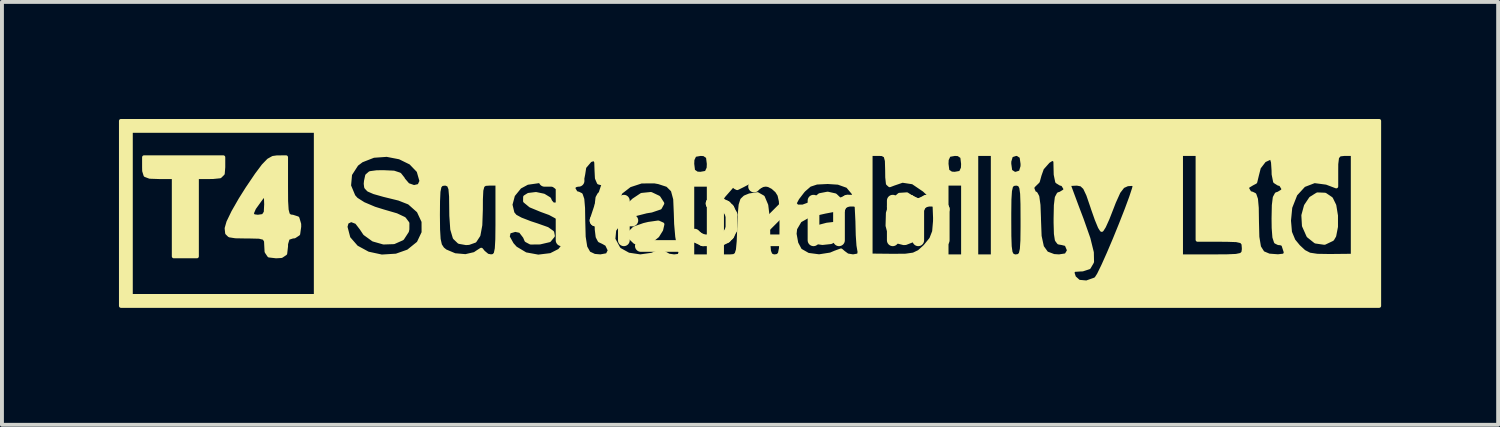
<source format=kicad_pcb>
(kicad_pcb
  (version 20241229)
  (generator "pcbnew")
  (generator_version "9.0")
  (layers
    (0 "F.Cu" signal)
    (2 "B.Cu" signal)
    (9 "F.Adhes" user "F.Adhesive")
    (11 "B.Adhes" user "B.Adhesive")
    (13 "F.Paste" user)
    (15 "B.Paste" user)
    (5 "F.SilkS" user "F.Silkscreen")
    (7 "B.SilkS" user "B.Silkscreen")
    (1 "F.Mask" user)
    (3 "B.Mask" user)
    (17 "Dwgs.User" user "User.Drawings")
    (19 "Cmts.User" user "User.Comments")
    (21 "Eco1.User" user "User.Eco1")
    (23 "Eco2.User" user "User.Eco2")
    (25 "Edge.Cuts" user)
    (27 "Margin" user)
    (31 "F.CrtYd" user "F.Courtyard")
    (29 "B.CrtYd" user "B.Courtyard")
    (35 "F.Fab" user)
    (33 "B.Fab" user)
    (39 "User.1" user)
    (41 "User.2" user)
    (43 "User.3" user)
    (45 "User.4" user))
  (footprint "T4_32mm"
    (layer "F.Cu")
    (at 16.137 2.421)
    (property "Reference" "T4_32mm" (at 0 0 0) (layer "F.SilkS") (effects (font (size 1.524 1.524) (thickness 0.3))))
    (attr through_hole)
    (fp_poly (pts (xy -2.204 0.279) (xy -2.236 0.419) (xy -2.333 0.574) (xy -2.497 0.707) (xy -2.71 0.763) (xy -2.906 0.737) (xy -3.02 0.629) (xy -3.031 0.489) (xy -2.925 0.383) (xy -2.678 0.296) (xy -2.561 0.268) (xy -2.31 0.232) (xy -2.204 0.279)) (stroke (width 0.1) (type solid)) (fill yes) (layer "F.SilkS"))
    (fp_poly (pts (xy 2.371 0.396) (xy 2.321 0.586) (xy 2.269 0.66) (xy 2.113 0.736) (xy 1.899 0.759) (xy 1.698 0.731) (xy 1.585 0.652) (xy 1.583 0.648) (xy 1.58 0.482) (xy 1.724 0.365) (xy 2.013 0.289) (xy 2.238 0.263) (xy 2.342 0.286) (xy 2.37 0.374) (xy 2.371 0.396)) (stroke (width 0.1) (type solid)) (fill yes) (layer "F.SilkS"))
    (fp_poly (pts (xy 4.403 0.118) (xy 4.364 0.468) (xy 4.242 0.678) (xy 4.03 0.76) (xy 3.979 0.762) (xy 3.742 0.702) (xy 3.644 0.598) (xy 3.566 0.316) (xy 3.575 -0.01) (xy 3.669 -0.29) (xy 3.688 -0.32) (xy 3.87 -0.477) (xy 4.063 -0.49) (xy 4.237 -0.377) (xy 4.361 -0.158) (xy 4.403 0.118)) (stroke (width 0.1) (type solid)) (fill yes) (layer "F.SilkS"))
    (fp_poly (pts (xy 15.065 0.341) (xy 15.02 0.573) (xy 14.969 0.66) (xy 14.769 0.755) (xy 14.541 0.722) (xy 14.356 0.574) (xy 14.241 0.316) (xy 14.226 0.051) (xy 14.292 -0.192) (xy 14.419 -0.382) (xy 14.589 -0.488) (xy 14.783 -0.48) (xy 14.938 -0.375) (xy 15.022 -0.203) (xy 15.065 0.059) (xy 15.065 0.341)) (stroke (width 0.1) (type solid)) (fill yes) (layer "F.SilkS"))
    (fp_poly (pts (xy -13.462 -1.185) (xy -13.475 -1.022) (xy -13.548 -0.95) (xy -13.728 -0.932) (xy -13.801 -0.931) (xy -14.139 -0.931) (xy -14.139 0.085) (xy -14.139 1.101) (xy -14.436 1.101) (xy -14.732 1.101) (xy -14.732 0.085) (xy -14.732 -0.931) (xy -15.113 -0.931) (xy -15.347 -0.939) (xy -15.458 -0.981) (xy -15.492 -1.09) (xy -15.494 -1.185) (xy -15.494 -1.439) (xy -14.478 -1.439) (xy -13.462 -1.439) (xy -13.462 -1.185)) (stroke (width 0.1) (type solid)) (fill yes) (layer "F.SilkS"))
    (fp_poly (pts (xy -11.515 0.339) (xy -11.541 0.525) (xy -11.64 0.59) (xy -11.684 0.593) (xy -11.808 0.633) (xy -11.852 0.781) (xy -11.853 0.847) (xy -11.874 1.027) (xy -11.973 1.093) (xy -12.107 1.101) (xy -12.287 1.08) (xy -12.354 0.981) (xy -12.361 0.847) (xy -12.364 0.79) (xy -12.364 -0.233) (xy -12.371 -0.432) (xy -12.4 -0.485) (xy -12.471 -0.414) (xy -12.497 -0.381) (xy -12.672 -0.138) (xy -12.734 0.005) (xy -12.689 0.071) (xy -12.576 0.085) (xy -12.435 0.065) (xy -12.375 -0.025) (xy -12.364 -0.233) (xy -12.364 0.79) (xy -12.368 0.706) (xy -12.415 0.63) (xy -12.541 0.599) (xy -12.787 0.593) (xy -12.869 0.593) (xy -13.151 0.588) (xy -13.303 0.564) (xy -13.365 0.503) (xy -13.377 0.388) (xy -13.377 0.38) (xy -13.332 0.224) (xy -13.207 -0.035) (xy -13.022 -0.358) (xy -12.848 -0.634) (xy -12.608 -0.989) (xy -12.433 -1.223) (xy -12.3 -1.36) (xy -12.187 -1.423) (xy -12.086 -1.437) (xy -11.853 -1.439) (xy -11.853 -0.677) (xy -11.851 -0.315) (xy -11.837 -0.09) (xy -11.806 0.03) (xy -11.751 0.077) (xy -11.684 0.085) (xy -11.56 0.125) (xy -11.516 0.273) (xy -11.515 0.339)) (stroke (width 0.1) (type solid)) (fill yes) (layer "F.SilkS"))
    (fp_poly (pts (xy 16.171 2.371) (xy 15.494 2.371) (xy 15.494 1.085) (xy 15.494 -0.219) (xy 15.494 -1.524) (xy 15.282 -1.524) (xy 15.156 -1.51) (xy 15.093 -1.439) (xy 15.072 -1.267) (xy 15.071 -1.108) (xy 15.071 -0.692) (xy 14.823 -0.786) (xy 14.511 -0.827) (xy 14.238 -0.722) (xy 14.025 -0.49) (xy 13.893 -0.155) (xy 13.86 0.185) (xy 13.886 0.485) (xy 13.975 0.698) (xy 14.101 0.851) (xy 14.242 0.982) (xy 14.385 1.056) (xy 14.582 1.086) (xy 14.891 1.091) (xy 14.915 1.091) (xy 15.494 1.085) (xy 15.494 2.371) (xy 13.778 2.371) (xy 13.778 1.001) (xy 13.767 0.967) (xy 13.723 0.832) (xy 13.716 0.797) (xy 13.647 0.766) (xy 13.589 0.762) (xy 13.522 0.729) (xy 13.483 0.609) (xy 13.465 0.371) (xy 13.462 0.127) (xy 13.469 -0.208) (xy 13.493 -0.405) (xy 13.54 -0.493) (xy 13.589 -0.508) (xy 13.701 -0.576) (xy 13.716 -0.635) (xy 13.648 -0.747) (xy 13.589 -0.762) (xy 13.501 -0.818) (xy 13.464 -1.003) (xy 13.462 -1.101) (xy 13.448 -1.312) (xy 13.413 -1.429) (xy 13.399 -1.437) (xy 13.226 -1.357) (xy 13.088 -1.177) (xy 13.039 -0.985) (xy 12.996 -0.806) (xy 12.912 -0.762) (xy 12.799 -0.694) (xy 12.785 -0.635) (xy 12.852 -0.523) (xy 12.912 -0.508) (xy 12.975 -0.477) (xy 13.014 -0.365) (xy 13.034 -0.142) (xy 13.039 0.207) (xy 13.049 0.605) (xy 13.092 0.864) (xy 13.186 1.013) (xy 13.347 1.081) (xy 13.577 1.098) (xy 13.745 1.079) (xy 13.778 1.001) (xy 13.778 2.371) (xy 12.7 2.371) (xy 12.7 0.889) (xy 12.691 0.778) (xy 12.641 0.715) (xy 12.511 0.686) (xy 12.265 0.678) (xy 12.107 0.677) (xy 11.515 0.677) (xy 11.515 -0.423) (xy 11.515 -1.524) (xy 11.303 -1.524) (xy 11.091 -1.524) (xy 11.091 -0.212) (xy 11.091 1.101) (xy 11.896 1.101) (xy 12.268 1.099) (xy 12.503 1.089) (xy 12.632 1.062) (xy 12.687 1.01) (xy 12.7 0.925) (xy 12.7 0.889) (xy 12.7 2.371) (xy 9.906 2.371) (xy 9.906 -0.736) (xy 9.835 -0.755) (xy 9.717 -0.747) (xy 9.599 -0.694) (xy 9.491 -0.554) (xy 9.373 -0.293) (xy 9.317 -0.148) (xy 9.208 0.131) (xy 9.116 0.334) (xy 9.06 0.422) (xy 9.057 0.423) (xy 9.01 0.349) (xy 8.929 0.153) (xy 8.831 -0.125) (xy 8.817 -0.169) (xy 8.711 -0.478) (xy 8.626 -0.658) (xy 8.538 -0.741) (xy 8.426 -0.762) (xy 8.419 -0.762) (xy 8.262 -0.754) (xy 8.213 -0.741) (xy 8.241 -0.658) (xy 8.318 -0.45) (xy 8.43 -0.149) (xy 8.546 0.156) (xy 8.718 0.645) (xy 8.806 1.002) (xy 8.811 1.243) (xy 8.73 1.383) (xy 8.565 1.437) (xy 8.511 1.439) (xy 8.343 1.45) (xy 8.307 1.514) (xy 8.349 1.644) (xy 8.469 1.752) (xy 8.669 1.77) (xy 8.884 1.694) (xy 8.919 1.671) (xy 8.984 1.57) (xy 9.094 1.345) (xy 9.234 1.032) (xy 9.39 0.665) (xy 9.547 0.279) (xy 9.692 -0.09) (xy 9.809 -0.407) (xy 9.885 -0.637) (xy 9.906 -0.736) (xy 9.906 2.371) (xy 8.213 2.371) (xy 8.213 0.931) (xy 8.153 0.79) (xy 8.043 0.762) (xy 7.957 0.747) (xy 7.906 0.679) (xy 7.882 0.522) (xy 7.874 0.241) (xy 7.874 0.127) (xy 7.881 -0.208) (xy 7.905 -0.405) (xy 7.952 -0.493) (xy 8.001 -0.508) (xy 8.113 -0.576) (xy 8.128 -0.635) (xy 8.06 -0.747) (xy 8.001 -0.762) (xy 7.914 -0.816) (xy 7.877 -0.997) (xy 7.874 -1.111) (xy 7.869 -1.328) (xy 7.836 -1.407) (xy 7.749 -1.377) (xy 7.684 -1.334) (xy 7.527 -1.157) (xy 7.466 -0.985) (xy 7.421 -0.821) (xy 7.36 -0.762) (xy 7.29 -0.693) (xy 7.281 -0.635) (xy 7.327 -0.522) (xy 7.366 -0.508) (xy 7.408 -0.429) (xy 7.438 -0.213) (xy 7.45 0.107) (xy 7.451 0.163) (xy 7.467 0.583) (xy 7.527 0.861) (xy 7.643 1.022) (xy 7.829 1.092) (xy 7.965 1.101) (xy 8.148 1.073) (xy 8.211 0.969) (xy 8.213 0.931) (xy 8.213 2.371) (xy 7.027 2.371) (xy 7.027 0.169) (xy 7.027 -1.27) (xy 7.001 -1.456) (xy 6.902 -1.521) (xy 6.858 -1.524) (xy 6.734 -1.484) (xy 6.69 -1.336) (xy 6.689 -1.27) (xy 6.715 -1.084) (xy 6.814 -1.019) (xy 6.858 -1.016) (xy 6.982 -1.056) (xy 7.026 -1.204) (xy 7.027 -1.27) (xy 7.027 0.169) (xy 7.025 -0.238) (xy 7.016 -0.506) (xy 6.994 -0.663) (xy 6.954 -0.738) (xy 6.89 -0.761) (xy 6.858 -0.762) (xy 6.784 -0.751) (xy 6.735 -0.7) (xy 6.707 -0.578) (xy 6.693 -0.356) (xy 6.689 -0.006) (xy 6.689 0.169) (xy 6.691 0.577) (xy 6.7 0.844) (xy 6.722 1.001) (xy 6.762 1.076) (xy 6.826 1.1) (xy 6.858 1.101) (xy 6.932 1.09) (xy 6.981 1.038) (xy 7.009 0.916) (xy 7.023 0.695) (xy 7.027 0.345) (xy 7.027 0.169) (xy 7.027 2.371) (xy 6.265 2.371) (xy 6.265 1.101) (xy 6.265 -0.212) (xy 6.265 -1.524) (xy 6.054 -1.524) (xy 5.842 -1.524) (xy 5.842 -0.212) (xy 5.842 1.101) (xy 6.054 1.101) (xy 6.265 1.101) (xy 6.265 2.371) (xy 5.503 2.371) (xy 5.503 1.101) (xy 5.503 0.169) (xy 5.503 -0.762) (xy 5.503 -1.27) (xy 5.481 -1.452) (xy 5.384 -1.518) (xy 5.292 -1.524) (xy 5.14 -1.497) (xy 5.085 -1.38) (xy 5.08 -1.27) (xy 5.103 -1.088) (xy 5.2 -1.022) (xy 5.292 -1.016) (xy 5.443 -1.043) (xy 5.498 -1.16) (xy 5.503 -1.27) (xy 5.503 -0.762) (xy 5.292 -0.762) (xy 5.08 -0.762) (xy 5.08 0.169) (xy 5.08 1.101) (xy 5.292 1.101) (xy 5.503 1.101) (xy 5.503 2.371) (xy 4.784 2.371) (xy 4.784 0.114) (xy 4.773 -0.171) (xy 4.722 -0.355) (xy 4.604 -0.509) (xy 4.507 -0.6) (xy 4.218 -0.796) (xy 3.948 -0.837) (xy 3.72 -0.759) (xy 3.623 -0.722) (xy 3.575 -0.766) (xy 3.558 -0.925) (xy 3.556 -1.098) (xy 3.549 -1.35) (xy 3.515 -1.476) (xy 3.431 -1.52) (xy 3.344 -1.524) (xy 3.133 -1.524) (xy 3.133 -0.222) (xy 3.133 1.08) (xy 3.714 1.086) (xy 4.031 1.083) (xy 4.234 1.054) (xy 4.378 0.985) (xy 4.52 0.857) (xy 4.54 0.836) (xy 4.687 0.655) (xy 4.76 0.467) (xy 4.783 0.2) (xy 4.784 0.114) (xy 4.784 2.371) (xy 2.85 2.371) (xy 2.85 0.98) (xy 2.845 0.967) (xy 2.82 0.819) (xy 2.802 0.557) (xy 2.794 0.236) (xy 2.794 0.214) (xy 2.772 -0.224) (xy 2.696 -0.52) (xy 2.546 -0.7) (xy 2.305 -0.786) (xy 2.032 -0.804) (xy 1.751 -0.79) (xy 1.569 -0.73) (xy 1.418 -0.599) (xy 1.39 -0.567) (xy 1.255 -0.391) (xy 1.187 -0.263) (xy 1.185 -0.249) (xy 1.248 -0.176) (xy 1.394 -0.175) (xy 1.558 -0.235) (xy 1.674 -0.339) (xy 1.828 -0.468) (xy 2.031 -0.507) (xy 2.225 -0.464) (xy 2.351 -0.344) (xy 2.371 -0.255) (xy 2.327 -0.152) (xy 2.174 -0.084) (xy 1.968 -0.045) (xy 1.57 0.045) (xy 1.319 0.186) (xy 1.2 0.389) (xy 1.185 0.524) (xy 1.229 0.766) (xy 1.325 0.946) (xy 1.529 1.062) (xy 1.813 1.099) (xy 2.107 1.053) (xy 2.224 1.004) (xy 2.374 0.949) (xy 2.437 1.004) (xy 2.536 1.077) (xy 2.683 1.101) (xy 2.835 1.074) (xy 2.85 0.98) (xy 2.85 2.371) (xy 0.847 2.371) (xy 0.847 0.302) (xy 0.844 -0.073) (xy 0.83 -0.318) (xy 0.795 -0.473) (xy 0.731 -0.576) (xy 0.629 -0.667) (xy 0.624 -0.671) (xy 0.326 -0.825) (xy 0.034 -0.811) (xy -0.15 -0.715) (xy -0.287 -0.647) (xy -0.339 -0.673) (xy -0.41 -0.745) (xy -0.508 -0.762) (xy -0.582 -0.751) (xy -0.631 -0.7) (xy -0.659 -0.578) (xy -0.673 -0.356) (xy -0.677 -0.006) (xy -0.677 0.169) (xy -0.677 1.101) (xy -0.469 1.101) (xy -0.369 1.093) (xy -0.306 1.048) (xy -0.27 0.934) (xy -0.25 0.716) (xy -0.236 0.362) (xy -0.222 0.006) (xy -0.201 -0.216) (xy -0.161 -0.344) (xy -0.089 -0.413) (xy 0.025 -0.46) (xy 0.029 -0.462) (xy 0.231 -0.494) (xy 0.372 -0.414) (xy 0.459 -0.208) (xy 0.501 0.14) (xy 0.508 0.44) (xy 0.512 0.772) (xy 0.529 0.97) (xy 0.568 1.067) (xy 0.638 1.099) (xy 0.677 1.101) (xy 0.756 1.088) (xy 0.806 1.031) (xy 0.833 0.896) (xy 0.845 0.653) (xy 0.847 0.302) (xy 0.847 2.371) (xy 0.042 2.371) (xy -1.016 2.371) (xy -1.016 1.101) (xy -1.016 0.169) (xy -1.016 -0.762) (xy -1.016 -1.27) (xy -1.039 -1.452) (xy -1.136 -1.518) (xy -1.228 -1.524) (xy -1.379 -1.497) (xy -1.434 -1.38) (xy -1.439 -1.27) (xy -1.417 -1.088) (xy -1.32 -1.022) (xy -1.228 -1.016) (xy -1.076 -1.043) (xy -1.021 -1.16) (xy -1.016 -1.27) (xy -1.016 -0.762) (xy -1.228 -0.762) (xy -1.439 -0.762) (xy -1.439 0.169) (xy -1.439 1.101) (xy -1.228 1.101) (xy -1.016 1.101) (xy -1.016 2.371) (xy -1.742 2.371) (xy -1.742 1.008) (xy -1.784 0.826) (xy -1.826 0.594) (xy -1.854 0.271) (xy -1.863 -0.01) (xy -1.878 -0.368) (xy -1.939 -0.594) (xy -2.071 -0.726) (xy -2.298 -0.8) (xy -2.404 -0.819) (xy -2.743 -0.818) (xy -3.047 -0.718) (xy -3.273 -0.543) (xy -3.382 -0.316) (xy -3.387 -0.26) (xy -3.327 -0.178) (xy -3.186 -0.183) (xy -3.021 -0.264) (xy -2.941 -0.339) (xy -2.737 -0.475) (xy -2.499 -0.499) (xy -2.303 -0.406) (xy -2.207 -0.257) (xy -2.267 -0.147) (xy -2.488 -0.072) (xy -2.615 -0.052) (xy -3.002 0.047) (xy -3.281 0.213) (xy -3.439 0.424) (xy -3.461 0.661) (xy -3.331 0.901) (xy -3.302 0.931) (xy -3.076 1.056) (xy -2.773 1.101) (xy -2.473 1.059) (xy -2.37 1.016) (xy -2.209 0.977) (xy -2.159 1.016) (xy -2.042 1.082) (xy -1.906 1.101) (xy -1.774 1.086) (xy -1.742 1.008) (xy -1.742 2.371) (xy -3.556 2.371) (xy -3.556 0.941) (xy -3.628 0.792) (xy -3.725 0.737) (xy -3.815 0.695) (xy -3.866 0.599) (xy -3.889 0.413) (xy -3.895 0.096) (xy -3.895 0.093) (xy -3.89 -0.221) (xy -3.87 -0.402) (xy -3.824 -0.486) (xy -3.742 -0.508) (xy -3.725 -0.508) (xy -3.587 -0.561) (xy -3.556 -0.635) (xy -3.627 -0.738) (xy -3.725 -0.762) (xy -3.836 -0.79) (xy -3.885 -0.904) (xy -3.895 -1.104) (xy -3.902 -1.317) (xy -3.94 -1.395) (xy -4.031 -1.372) (xy -4.064 -1.355) (xy -4.206 -1.188) (xy -4.233 -1.013) (xy -4.272 -0.814) (xy -4.36 -0.762) (xy -4.473 -0.694) (xy -4.487 -0.635) (xy -4.42 -0.523) (xy -4.36 -0.508) (xy -4.296 -0.477) (xy -4.257 -0.363) (xy -4.238 -0.138) (xy -4.233 0.195) (xy -4.222 0.601) (xy -4.18 0.867) (xy -4.094 1.02) (xy -3.949 1.088) (xy -3.793 1.101) (xy -3.613 1.068) (xy -3.556 0.954) (xy -3.556 0.941) (xy -3.556 2.371) (xy -4.61 2.371) (xy -4.61 0.577) (xy -4.622 0.354) (xy -4.779 0.163) (xy -5.09 -0.005) (xy -5.309 -0.085) (xy -5.585 -0.199) (xy -5.727 -0.316) (xy -5.725 -0.42) (xy -5.637 -0.475) (xy -5.447 -0.498) (xy -5.248 -0.456) (xy -5.107 -0.37) (xy -5.08 -0.306) (xy -5.011 -0.227) (xy -4.868 -0.233) (xy -4.701 -0.289) (xy -4.673 -0.385) (xy -4.779 -0.555) (xy -4.806 -0.589) (xy -5.044 -0.761) (xy -5.354 -0.828) (xy -5.67 -0.783) (xy -5.863 -0.679) (xy -6.034 -0.469) (xy -6.099 -0.224) (xy -6.047 -0.004) (xy -5.98 0.076) (xy -5.836 0.154) (xy -5.593 0.248) (xy -5.424 0.303) (xy -5.156 0.398) (xy -5.029 0.489) (xy -5.012 0.576) (xy -5.106 0.689) (xy -5.345 0.745) (xy -5.362 0.746) (xy -5.583 0.748) (xy -5.692 0.69) (xy -5.731 0.598) (xy -5.844 0.451) (xy -5.979 0.423) (xy -6.142 0.471) (xy -6.17 0.601) (xy -6.063 0.793) (xy -5.973 0.893) (xy -5.715 1.047) (xy -5.389 1.107) (xy -5.065 1.068) (xy -4.839 0.953) (xy -4.683 0.753) (xy -4.61 0.577) (xy -4.61 2.371) (xy -6.435 2.371) (xy -6.435 0.169) (xy -6.435 -0.762) (xy -6.646 -0.762) (xy -6.752 -0.755) (xy -6.815 -0.709) (xy -6.846 -0.59) (xy -6.857 -0.362) (xy -6.858 -0.102) (xy -6.872 0.299) (xy -6.92 0.558) (xy -7.015 0.703) (xy -7.169 0.758) (xy -7.239 0.762) (xy -7.416 0.731) (xy -7.53 0.621) (xy -7.594 0.406) (xy -7.618 0.058) (xy -7.62 -0.102) (xy -7.624 -0.434) (xy -7.641 -0.632) (xy -7.68 -0.729) (xy -7.75 -0.76) (xy -7.789 -0.762) (xy -7.868 -0.75) (xy -7.918 -0.692) (xy -7.945 -0.558) (xy -7.956 -0.315) (xy -7.959 0.038) (xy -7.955 0.416) (xy -7.94 0.662) (xy -7.906 0.814) (xy -7.844 0.909) (xy -7.77 0.969) (xy -7.528 1.071) (xy -7.251 1.095) (xy -7.015 1.04) (xy -6.949 0.995) (xy -6.849 0.931) (xy -6.798 0.995) (xy -6.692 1.083) (xy -6.597 1.101) (xy -6.526 1.088) (xy -6.479 1.032) (xy -6.452 0.902) (xy -6.439 0.67) (xy -6.435 0.306) (xy -6.435 0.169) (xy -6.435 2.371) (xy -8.329 2.371) (xy -8.329 0.493) (xy -8.33 0.207) (xy -8.455 -0.061) (xy -8.695 -0.274) (xy -8.957 -0.377) (xy -9.344 -0.472) (xy -9.595 -0.543) (xy -9.738 -0.605) (xy -9.801 -0.672) (xy -9.812 -0.76) (xy -9.805 -0.83) (xy -9.776 -0.966) (xy -9.699 -1.033) (xy -9.528 -1.056) (xy -9.356 -1.058) (xy -9.091 -1.046) (xy -8.943 -0.997) (xy -8.859 -0.891) (xy -8.849 -0.868) (xy -8.731 -0.73) (xy -8.575 -0.675) (xy -8.438 -0.707) (xy -8.382 -0.828) (xy -8.457 -1.09) (xy -8.656 -1.297) (xy -8.94 -1.436) (xy -9.271 -1.5) (xy -9.61 -1.476) (xy -9.917 -1.356) (xy -10.045 -1.259) (xy -10.211 -1.002) (xy -10.237 -0.709) (xy -10.124 -0.438) (xy -10.054 -0.36) (xy -9.868 -0.242) (xy -9.587 -0.123) (xy -9.365 -0.054) (xy -9.025 0.045) (xy -8.826 0.139) (xy -8.741 0.252) (xy -8.742 0.406) (xy -8.753 0.456) (xy -8.874 0.642) (xy -9.09 0.738) (xy -9.353 0.747) (xy -9.616 0.672) (xy -9.832 0.516) (xy -9.921 0.382) (xy -10.043 0.224) (xy -10.186 0.17) (xy -10.297 0.225) (xy -10.329 0.344) (xy -10.253 0.635) (xy -10.05 0.868) (xy -9.754 1.029) (xy -9.401 1.105) (xy -9.027 1.082) (xy -8.719 0.973) (xy -8.456 0.761) (xy -8.329 0.493) (xy -8.329 2.371) (xy -11.091 2.371) (xy -11.091 2.117) (xy -11.091 0) (xy -11.091 -2.117) (xy -13.462 -2.117) (xy -15.833 -2.117) (xy -15.833 0) (xy -15.833 2.117) (xy -13.462 2.117) (xy -11.091 2.117) (xy -11.091 2.371) (xy -16.087 2.371) (xy -16.087 0) (xy -16.087 -2.371) (xy 0.042 -2.371) (xy 16.171 -2.371) (xy 16.171 0) (xy 16.171 2.371)) (stroke (width 0.1) (type solid)) (fill yes) (layer "F.SilkS")))
  (gr_rect
    (start -3 -3)
    (end 35.358 7.841)
    (stroke (width 0.1) (type default))
    (fill no)
    (layer "Edge.Cuts")))
</source>
